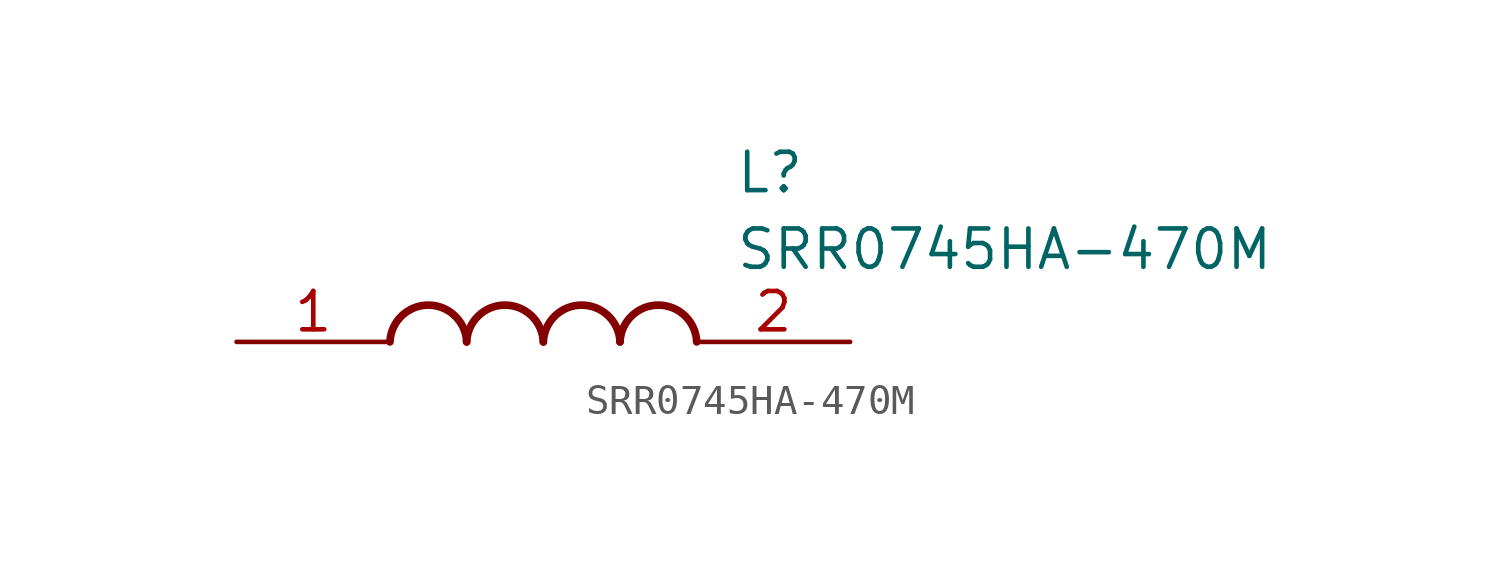
<source format=kicad_sym>
(kicad_symbol_lib
  (version 20211014)
  (generator SamacSys_ECAD_Model)
  (symbol "SRR0745HA-470M"
    (pin_names hide)
    (property "Reference" "L"
      (at 16.51 6.35 0)
      (effects (font (size 1.27 1.27)) (justify left top)))
    (property "Value" "SRR0745HA-470M"
      (at 16.51 3.81 0)
      (effects (font (size 1.27 1.27)) (justify left top)))
    (arc
      (start 7.62 0)
      (mid 6.35 1.219)
      (end 5.08 0)
      (stroke (width 0.254) (type default))
      (fill (type none)))
    (arc
      (start 10.16 0)
      (mid 8.89 1.219)
      (end 7.62 0)
      (stroke (width 0.254) (type default))
      (fill (type none)))
    (arc
      (start 12.7 0)
      (mid 11.43 1.219)
      (end 10.16 0)
      (stroke (width 0.254) (type default))
      (fill (type none)))
    (arc
      (start 15.24 0)
      (mid 13.97 1.219)
      (end 12.7 0)
      (stroke (width 0.254) (type default))
      (fill (type none)))
    (pin passive line
      (at 0 0 0)
      (length 5.08)
      (name "1" (effects (font (size 1.27 1.27))))
      (number "1" (effects (font (size 1.27 1.27)))))
    (pin passive line
      (at 20.32 0 180)
      (length 5.08)
      (name "2" (effects (font (size 1.27 1.27))))
      (number "2" (effects (font (size 1.27 1.27)))))))
</source>
